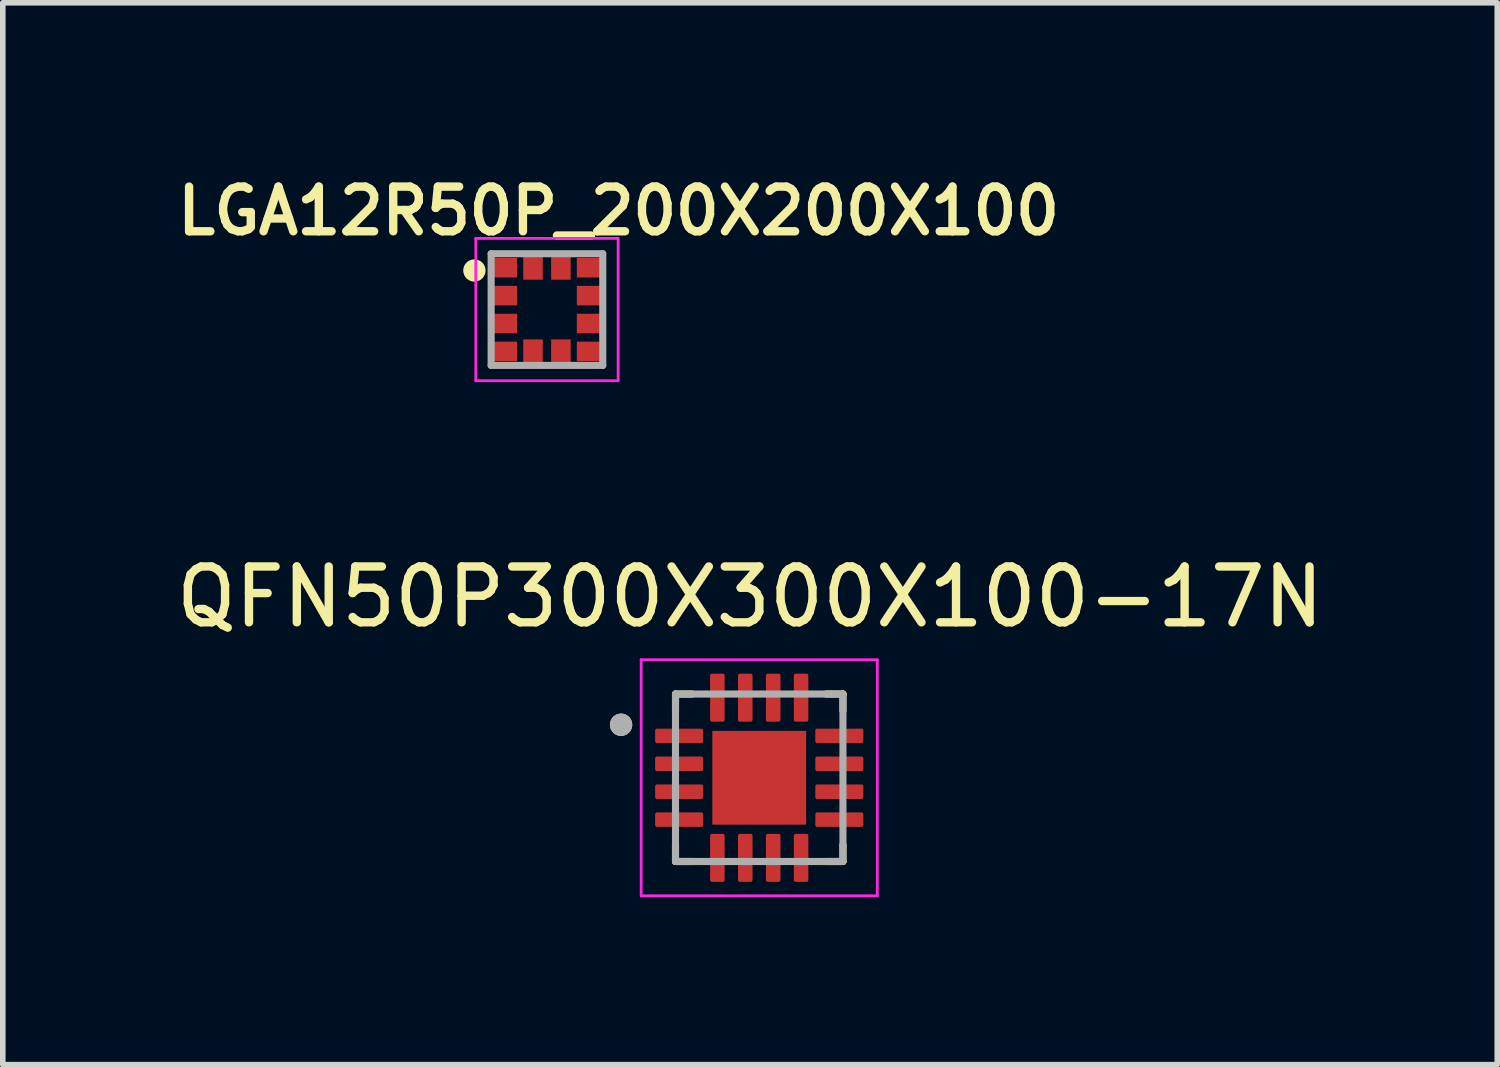
<source format=kicad_pcb>
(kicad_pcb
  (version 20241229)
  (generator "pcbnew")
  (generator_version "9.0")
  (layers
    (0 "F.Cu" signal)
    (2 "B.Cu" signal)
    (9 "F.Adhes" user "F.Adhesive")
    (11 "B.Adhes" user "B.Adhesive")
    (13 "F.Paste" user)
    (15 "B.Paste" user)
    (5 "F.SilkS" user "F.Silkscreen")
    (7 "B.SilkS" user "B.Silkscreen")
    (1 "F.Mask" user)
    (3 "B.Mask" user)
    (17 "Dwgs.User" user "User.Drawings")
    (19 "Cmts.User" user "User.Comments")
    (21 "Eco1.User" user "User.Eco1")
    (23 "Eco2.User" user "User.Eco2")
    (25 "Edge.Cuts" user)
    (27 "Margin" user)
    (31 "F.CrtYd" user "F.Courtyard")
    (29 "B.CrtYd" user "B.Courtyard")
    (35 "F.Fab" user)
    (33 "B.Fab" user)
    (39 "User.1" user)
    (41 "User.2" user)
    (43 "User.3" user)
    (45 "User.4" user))
  (footprint "LGA12R50P_200X200X100"
    (layer "F.Cu")
    (at 6.749 2.496)
    (property "Reference" "LGA12R50P_200X200X100" (at 1.284 -1.765 0) (layer "F.SilkS") (effects (font (size 0.8 0.8) (thickness 0.15))))
    (attr smd)
    (fp_poly (pts (xy -1.026 -0.46) (xy -0.5 -0.46) (xy -0.5 -0.04) (xy -1.026 -0.04)) (stroke (width 0.01) (type solid)) (fill yes) (layer "F.Mask"))
    (fp_poly (pts (xy -1.024 0.04) (xy -0.5 0.04) (xy -0.5 0.462) (xy -1.024 0.462)) (stroke (width 0.01) (type solid)) (fill yes) (layer "F.Mask"))
    (fp_poly (pts (xy -1.024 -0.96) (xy -0.5 -0.96) (xy -0.5 -0.542) (xy -1.024 -0.542)) (stroke (width 0.01) (type solid)) (fill yes) (layer "F.Mask"))
    (fp_poly (pts (xy -1.024 0.54) (xy -0.5 0.54) (xy -0.5 0.963) (xy -1.024 0.963)) (stroke (width 0.01) (type solid)) (fill yes) (layer "F.Mask"))
    (fp_poly (pts (xy -0.462 0.5) (xy -0.04 0.5) (xy -0.04 1.024) (xy -0.462 1.024)) (stroke (width 0.01) (type solid)) (fill yes) (layer "F.Mask"))
    (fp_poly (pts (xy -0.462 -1.02) (xy -0.04 -1.02) (xy -0.04 -0.502) (xy -0.462 -0.502)) (stroke (width 0.01) (type solid)) (fill yes) (layer "F.Mask"))
    (fp_poly (pts (xy 0.04 -1.02) (xy 0.46 -1.02) (xy 0.46 -0.501) (xy 0.04 -0.501)) (stroke (width 0.01) (type solid)) (fill yes) (layer "F.Mask"))
    (fp_poly (pts (xy 0.04 0.5) (xy 0.46 0.5) (xy 0.46 1.026) (xy 0.04 1.026)) (stroke (width 0.01) (type solid)) (fill yes) (layer "F.Mask"))
    (fp_poly (pts (xy 0.506 0.04) (xy 1.025 0.04) (xy 1.025 0.461) (xy 0.506 0.461)) (stroke (width 0.01) (type solid)) (fill yes) (layer "F.Mask"))
    (fp_poly (pts (xy 0.506 -0.46) (xy 1.025 -0.46) (xy 1.025 -0.04) (xy 0.506 -0.04)) (stroke (width 0.01) (type solid)) (fill yes) (layer "F.Mask"))
    (fp_poly (pts (xy 0.508 -0.96) (xy 1.025 -0.96) (xy 1.025 -0.543) (xy 0.508 -0.543)) (stroke (width 0.01) (type solid)) (fill yes) (layer "F.Mask"))
    (fp_poly (pts (xy 0.508 0.54) (xy 1.025 0.54) (xy 1.025 0.966) (xy 0.508 0.966)) (stroke (width 0.01) (type solid)) (fill yes) (layer "F.Mask"))
    (fp_circle (center -1.3 -0.7) (end -1.2 -0.7) (stroke (width 0.2) (type solid)) (fill no) (layer "F.SilkS"))
    (fp_line (start -1.275 -1.275) (end 1.275 -1.275) (stroke (width 0.05) (type solid)) (layer "F.CrtYd"))
    (fp_line (start -1.275 1.275) (end -1.275 -1.275) (stroke (width 0.05) (type solid)) (layer "F.CrtYd"))
    (fp_line (start 1.275 -1.275) (end 1.275 1.275) (stroke (width 0.05) (type solid)) (layer "F.CrtYd"))
    (fp_line (start 1.275 1.275) (end -1.275 1.275) (stroke (width 0.05) (type solid)) (layer "F.CrtYd"))
    (fp_line (start -1 -1) (end 1 -1) (stroke (width 0.127) (type solid)) (layer "F.Fab"))
    (fp_line (start -1 1) (end -1 -1) (stroke (width 0.127) (type solid)) (layer "F.Fab"))
    (fp_line (start 1 1) (end -1 1) (stroke (width 0.127) (type solid)) (layer "F.Fab"))
    (fp_line (start 1 1) (end 1 -1) (stroke (width 0.127) (type solid)) (layer "F.Fab"))
    (pad "1" smd rect (at -0.76 -0.75) (size 0.45 0.35) (layers "F.Cu" "F.Paste"))
    (pad "2" smd rect (at -0.76 -0.25) (size 0.45 0.35) (layers "F.Cu" "F.Paste"))
    (pad "3" smd rect (at -0.76 0.25) (size 0.45 0.35) (layers "F.Cu" "F.Paste"))
    (pad "4" smd rect (at -0.76 0.75) (size 0.45 0.35) (layers "F.Cu" "F.Paste"))
    (pad "5" smd rect (at -0.25 0.76) (size 0.35 0.45) (layers "F.Cu" "F.Paste"))
    (pad "6" smd rect (at 0.25 0.76) (size 0.35 0.45) (layers "F.Cu" "F.Paste"))
    (pad "7" smd rect (at 0.76 0.75) (size 0.45 0.35) (layers "F.Cu" "F.Paste"))
    (pad "8" smd rect (at 0.76 0.25) (size 0.45 0.35) (layers "F.Cu" "F.Paste"))
    (pad "9" smd rect (at 0.76 -0.25) (size 0.45 0.35) (layers "F.Cu" "F.Paste"))
    (pad "10" smd rect (at 0.76 -0.75) (size 0.45 0.35) (layers "F.Cu" "F.Paste"))
    (pad "11" smd rect (at 0.25 -0.76) (size 0.35 0.45) (layers "F.Cu" "F.Paste"))
    (pad "12" smd rect (at -0.25 -0.76) (size 0.35 0.45) (layers "F.Cu" "F.Paste")))
  (footprint "QFN50P300X300X100-17N"
    (layer "F.Cu")
    (at 10.552 10.884)
    (property "Reference" "QFN50P300X300X100-17N" (at -0.165 -3.24 0) (layer "F.SilkS") (effects (font (size 1 1) (thickness 0.15))))
    (attr smd)
    (fp_line (start -1.5 -1.5) (end -1.5 -1.2) (stroke (width 0.127) (type solid)) (layer "F.SilkS"))
    (fp_line (start -1.5 -1.5) (end -1.2 -1.5) (stroke (width 0.127) (type solid)) (layer "F.SilkS"))
    (fp_line (start -1.5 1.5) (end -1.5 1.2) (stroke (width 0.127) (type solid)) (layer "F.SilkS"))
    (fp_line (start -1.5 1.5) (end -1.2 1.5) (stroke (width 0.127) (type solid)) (layer "F.SilkS"))
    (fp_line (start 1.5 -1.5) (end 1.2 -1.5) (stroke (width 0.127) (type solid)) (layer "F.SilkS"))
    (fp_line (start 1.5 -1.5) (end 1.5 -1.2) (stroke (width 0.127) (type solid)) (layer "F.SilkS"))
    (fp_line (start 1.5 1.5) (end 1.2 1.5) (stroke (width 0.127) (type solid)) (layer "F.SilkS"))
    (fp_line (start 1.5 1.5) (end 1.5 1.2) (stroke (width 0.127) (type solid)) (layer "F.SilkS"))
    (fp_circle (center -2.475 -0.95) (end -2.375 -0.95) (stroke (width 0.2) (type solid)) (fill no) (layer "F.SilkS"))
    (fp_poly (pts (xy -0.53 -0.53) (xy 0.53 -0.53) (xy 0.53 0.53) (xy -0.53 0.53)) (stroke (width 0.01) (type solid)) (fill yes) (layer "F.Paste"))
    (fp_line (start -2.115 -2.115) (end 2.115 -2.115) (stroke (width 0.05) (type solid)) (layer "F.CrtYd"))
    (fp_line (start -2.115 2.115) (end -2.115 -2.115) (stroke (width 0.05) (type solid)) (layer "F.CrtYd"))
    (fp_line (start -2.115 2.115) (end 2.115 2.115) (stroke (width 0.05) (type solid)) (layer "F.CrtYd"))
    (fp_line (start 2.115 2.115) (end 2.115 -2.115) (stroke (width 0.05) (type solid)) (layer "F.CrtYd"))
    (fp_line (start -1.5 1.5) (end -1.5 -1.5) (stroke (width 0.127) (type solid)) (layer "F.Fab"))
    (fp_line (start 1.5 -1.5) (end -1.5 -1.5) (stroke (width 0.127) (type solid)) (layer "F.Fab"))
    (fp_line (start 1.5 1.5) (end -1.5 1.5) (stroke (width 0.127) (type solid)) (layer "F.Fab"))
    (fp_line (start 1.5 1.5) (end 1.5 -1.5) (stroke (width 0.127) (type solid)) (layer "F.Fab"))
    (fp_circle (center -2.475 -0.95) (end -2.375 -0.95) (stroke (width 0.2) (type solid)) (fill no) (layer "F.Fab"))
    (pad "1" smd roundrect (at -1.435 -0.75) (size 0.86 0.26) (layers "F.Cu" "F.Mask" "F.Paste") (roundrect_rratio 0.125))
    (pad "2" smd roundrect (at -1.435 -0.25) (size 0.86 0.26) (layers "F.Cu" "F.Mask" "F.Paste") (roundrect_rratio 0.125))
    (pad "3" smd roundrect (at -1.435 0.25) (size 0.86 0.26) (layers "F.Cu" "F.Mask" "F.Paste") (roundrect_rratio 0.125))
    (pad "4" smd roundrect (at -1.435 0.75) (size 0.86 0.26) (layers "F.Cu" "F.Mask" "F.Paste") (roundrect_rratio 0.125))
    (pad "5" smd roundrect (at -0.75 1.435) (size 0.26 0.86) (layers "F.Cu" "F.Mask" "F.Paste") (roundrect_rratio 0.125))
    (pad "6" smd roundrect (at -0.25 1.435) (size 0.26 0.86) (layers "F.Cu" "F.Mask" "F.Paste") (roundrect_rratio 0.125))
    (pad "7" smd roundrect (at 0.25 1.435) (size 0.26 0.86) (layers "F.Cu" "F.Mask" "F.Paste") (roundrect_rratio 0.125))
    (pad "8" smd roundrect (at 0.75 1.435) (size 0.26 0.86) (layers "F.Cu" "F.Mask" "F.Paste") (roundrect_rratio 0.125))
    (pad "9" smd roundrect (at 1.435 0.75) (size 0.86 0.26) (layers "F.Cu" "F.Mask" "F.Paste") (roundrect_rratio 0.125))
    (pad "10" smd roundrect (at 1.435 0.25) (size 0.86 0.26) (layers "F.Cu" "F.Mask" "F.Paste") (roundrect_rratio 0.125))
    (pad "11" smd roundrect (at 1.435 -0.25) (size 0.86 0.26) (layers "F.Cu" "F.Mask" "F.Paste") (roundrect_rratio 0.125))
    (pad "12" smd roundrect (at 1.435 -0.75) (size 0.86 0.26) (layers "F.Cu" "F.Mask" "F.Paste") (roundrect_rratio 0.125))
    (pad "13" smd roundrect (at 0.75 -1.435) (size 0.26 0.86) (layers "F.Cu" "F.Mask" "F.Paste") (roundrect_rratio 0.125))
    (pad "14" smd roundrect (at 0.25 -1.435) (size 0.26 0.86) (layers "F.Cu" "F.Mask" "F.Paste") (roundrect_rratio 0.125))
    (pad "15" smd roundrect (at -0.25 -1.435) (size 0.26 0.86) (layers "F.Cu" "F.Mask" "F.Paste") (roundrect_rratio 0.125))
    (pad "16" smd roundrect (at -0.75 -1.435) (size 0.26 0.86) (layers "F.Cu" "F.Mask" "F.Paste") (roundrect_rratio 0.125))
    (pad "17" smd rect (at 0 0) (size 1.68 1.68) (layers "F.Cu" "F.Mask")))
  (gr_rect
    (start -3 -3)
    (end 23.774 16.024)
    (stroke (width 0.1) (type default))
    (fill no)
    (layer "Edge.Cuts")))
</source>
